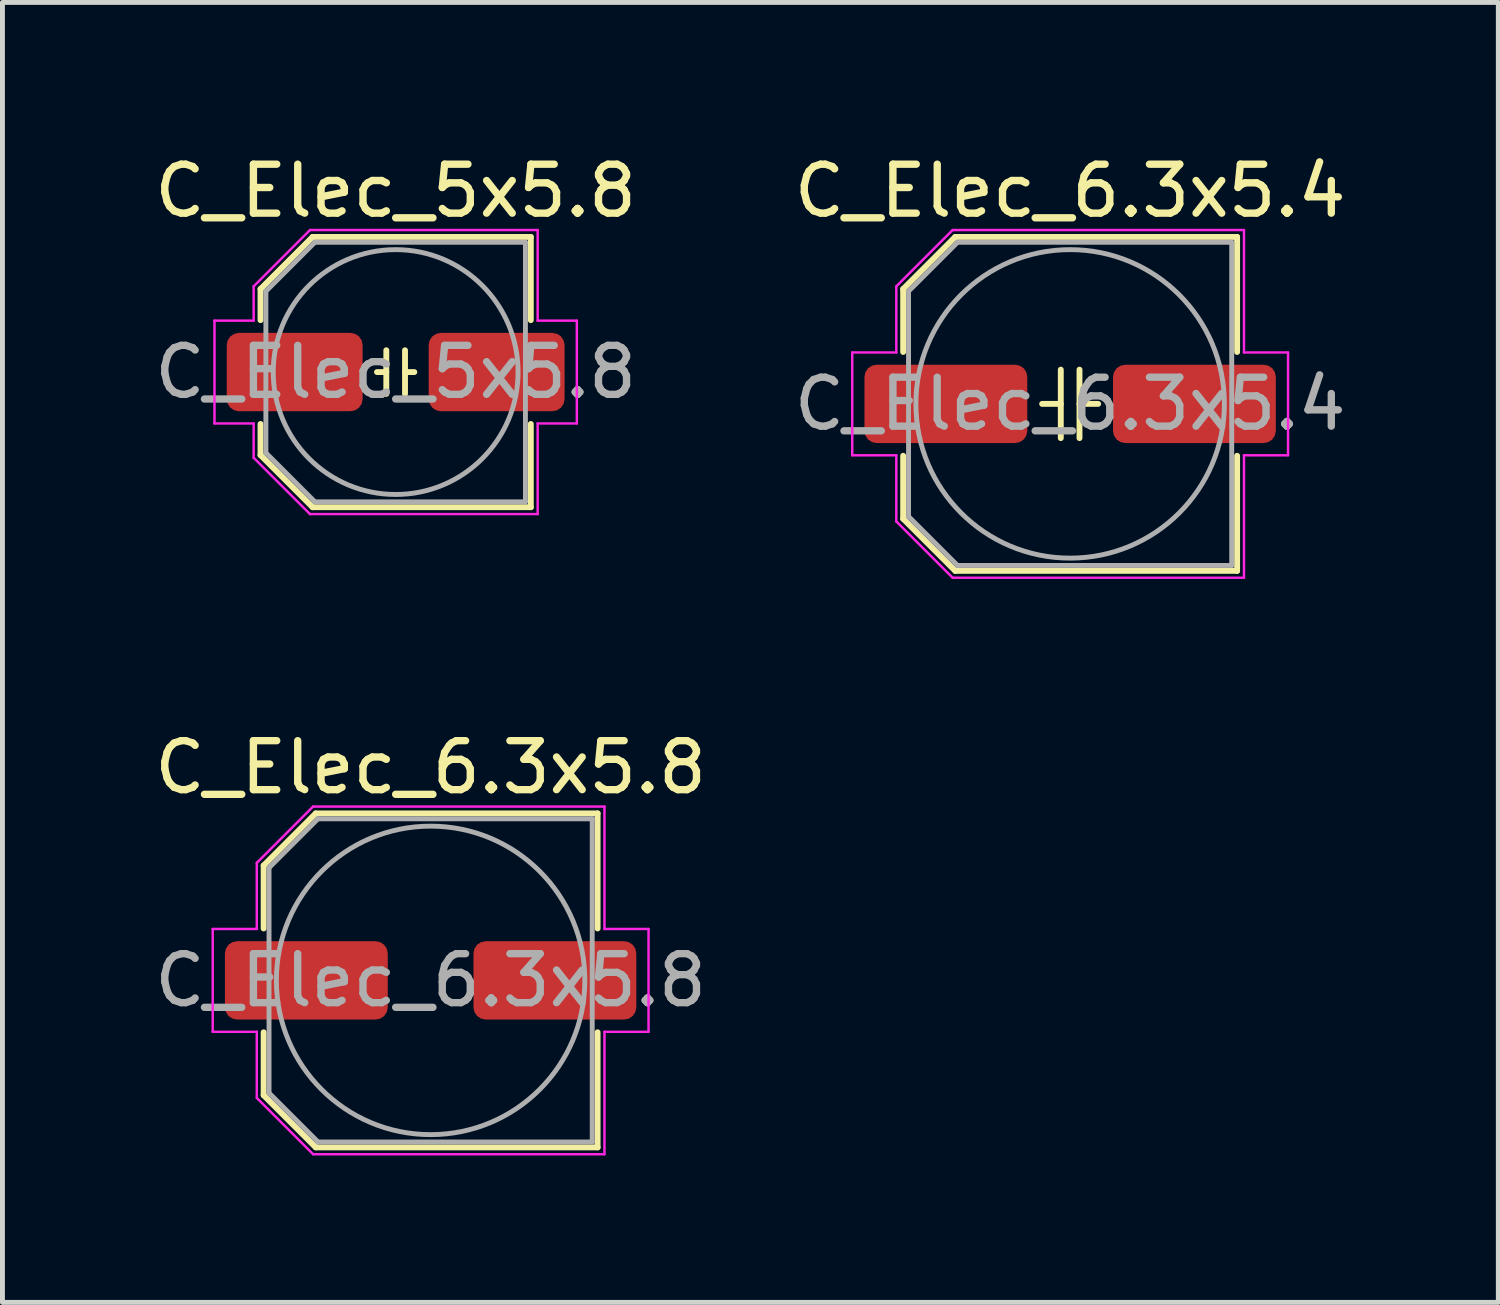
<source format=kicad_pcb>
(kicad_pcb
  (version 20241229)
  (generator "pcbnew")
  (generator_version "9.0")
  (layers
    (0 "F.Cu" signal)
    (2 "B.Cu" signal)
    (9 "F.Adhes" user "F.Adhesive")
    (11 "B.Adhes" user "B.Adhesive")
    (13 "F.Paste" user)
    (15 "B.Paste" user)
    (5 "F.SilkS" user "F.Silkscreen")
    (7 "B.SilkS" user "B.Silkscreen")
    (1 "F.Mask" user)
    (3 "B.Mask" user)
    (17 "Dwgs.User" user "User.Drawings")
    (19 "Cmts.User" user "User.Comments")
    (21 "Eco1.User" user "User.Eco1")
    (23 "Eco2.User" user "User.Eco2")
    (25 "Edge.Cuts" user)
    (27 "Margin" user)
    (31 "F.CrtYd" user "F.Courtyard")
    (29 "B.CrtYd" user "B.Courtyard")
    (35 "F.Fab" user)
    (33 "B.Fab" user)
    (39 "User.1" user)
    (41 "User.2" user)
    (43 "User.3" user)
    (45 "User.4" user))
  (footprint "C_Elec_6.3x5.4"
    (layer "F.Cu")
    (at 18.804 5.198)
    (property "Reference" "C_Elec_6.3x5.4" (at 0 -4.35 0) (layer "F.SilkS") (effects (font (size 1 1) (thickness 0.15))))
    (attr smd)
    (fp_line (start -3.41 -2.346) (end -3.41 -1.06) (stroke (width 0.12) (type solid)) (layer "F.SilkS"))
    (fp_line (start -3.41 -2.346) (end -2.346 -3.41) (stroke (width 0.12) (type solid)) (layer "F.SilkS"))
    (fp_line (start -3.41 2.346) (end -3.41 1.06) (stroke (width 0.12) (type solid)) (layer "F.SilkS"))
    (fp_line (start -3.41 2.346) (end -2.346 3.41) (stroke (width 0.12) (type solid)) (layer "F.SilkS"))
    (fp_line (start -2.346 -3.41) (end 3.41 -3.41) (stroke (width 0.12) (type solid)) (layer "F.SilkS"))
    (fp_line (start -2.346 3.41) (end 3.41 3.41) (stroke (width 0.12) (type solid)) (layer "F.SilkS"))
    (fp_line (start -0.191 -0.699) (end -0.191 0.699) (stroke (width 0.12) (type solid)) (layer "F.SilkS"))
    (fp_line (start -0.191 0) (end -0.572 0) (stroke (width 0.12) (type solid)) (layer "F.SilkS"))
    (fp_line (start 0.191 -0.699) (end 0.191 0.699) (stroke (width 0.12) (type solid)) (layer "F.SilkS"))
    (fp_line (start 0.191 0) (end 0.572 0) (stroke (width 0.12) (type solid)) (layer "F.SilkS"))
    (fp_line (start 3.41 -3.41) (end 3.41 -1.06) (stroke (width 0.12) (type solid)) (layer "F.SilkS"))
    (fp_line (start 3.41 3.41) (end 3.41 1.06) (stroke (width 0.12) (type solid)) (layer "F.SilkS"))
    (fp_line (start -4.45 -1.05) (end -4.45 1.05) (stroke (width 0.05) (type solid)) (layer "F.CrtYd"))
    (fp_line (start -4.45 1.05) (end -3.55 1.05) (stroke (width 0.05) (type solid)) (layer "F.CrtYd"))
    (fp_line (start -3.55 -2.4) (end -3.55 -1.05) (stroke (width 0.05) (type solid)) (layer "F.CrtYd"))
    (fp_line (start -3.55 -2.4) (end -2.4 -3.55) (stroke (width 0.05) (type solid)) (layer "F.CrtYd"))
    (fp_line (start -3.55 -1.05) (end -4.45 -1.05) (stroke (width 0.05) (type solid)) (layer "F.CrtYd"))
    (fp_line (start -3.55 1.05) (end -3.55 2.4) (stroke (width 0.05) (type solid)) (layer "F.CrtYd"))
    (fp_line (start -3.55 2.4) (end -2.4 3.55) (stroke (width 0.05) (type solid)) (layer "F.CrtYd"))
    (fp_line (start -2.4 -3.55) (end 3.55 -3.55) (stroke (width 0.05) (type solid)) (layer "F.CrtYd"))
    (fp_line (start -2.4 3.55) (end 3.55 3.55) (stroke (width 0.05) (type solid)) (layer "F.CrtYd"))
    (fp_line (start 3.55 -3.55) (end 3.55 -1.05) (stroke (width 0.05) (type solid)) (layer "F.CrtYd"))
    (fp_line (start 3.55 -1.05) (end 4.45 -1.05) (stroke (width 0.05) (type solid)) (layer "F.CrtYd"))
    (fp_line (start 3.55 1.05) (end 3.55 3.55) (stroke (width 0.05) (type solid)) (layer "F.CrtYd"))
    (fp_line (start 4.45 -1.05) (end 4.45 1.05) (stroke (width 0.05) (type solid)) (layer "F.CrtYd"))
    (fp_line (start 4.45 1.05) (end 3.55 1.05) (stroke (width 0.05) (type solid)) (layer "F.CrtYd"))
    (fp_line (start -3.3 -2.3) (end -3.3 2.3) (stroke (width 0.1) (type solid)) (layer "F.Fab"))
    (fp_line (start -3.3 -2.3) (end -2.3 -3.3) (stroke (width 0.1) (type solid)) (layer "F.Fab"))
    (fp_line (start -3.3 2.3) (end -2.3 3.3) (stroke (width 0.1) (type solid)) (layer "F.Fab"))
    (fp_line (start -2.3 -3.3) (end 3.3 -3.3) (stroke (width 0.1) (type solid)) (layer "F.Fab"))
    (fp_line (start -2.3 3.3) (end 3.3 3.3) (stroke (width 0.1) (type solid)) (layer "F.Fab"))
    (fp_line (start 3.3 -3.3) (end 3.3 3.3) (stroke (width 0.1) (type solid)) (layer "F.Fab"))
    (fp_circle (center 0 0) (end 3.15 0) (stroke (width 0.1) (type solid)) (fill no) (layer "F.Fab"))
    (fp_text user "${REFERENCE}" (at 0 0 0) (layer "F.Fab") (effects (font (size 1 1) (thickness 0.15))))
    (pad "1" smd roundrect (at -2.538 0) (size 3.325 1.6) (layers "F.Cu" "F.Mask" "F.Paste") (roundrect_rratio 0.156))
    (pad "2" smd roundrect (at 2.538 0) (size 3.325 1.6) (layers "F.Cu" "F.Mask" "F.Paste") (roundrect_rratio 0.156)))
  (footprint "C_Elec_6.3x5.8"
    (layer "F.Cu")
    (at 5.744 16.971)
    (property "Reference" "C_Elec_6.3x5.8" (at 0 -4.35 0) (layer "F.SilkS") (effects (font (size 1 1) (thickness 0.15))))
    (attr smd)
    (fp_line (start -3.41 -2.346) (end -3.41 -1.06) (stroke (width 0.12) (type solid)) (layer "F.SilkS"))
    (fp_line (start -3.41 -2.346) (end -2.346 -3.41) (stroke (width 0.12) (type solid)) (layer "F.SilkS"))
    (fp_line (start -3.41 2.346) (end -3.41 1.06) (stroke (width 0.12) (type solid)) (layer "F.SilkS"))
    (fp_line (start -3.41 2.346) (end -2.346 3.41) (stroke (width 0.12) (type solid)) (layer "F.SilkS"))
    (fp_line (start -2.346 -3.41) (end 3.41 -3.41) (stroke (width 0.12) (type solid)) (layer "F.SilkS"))
    (fp_line (start -2.346 3.41) (end 3.41 3.41) (stroke (width 0.12) (type solid)) (layer "F.SilkS"))
    (fp_line (start 3.41 -3.41) (end 3.41 -1.06) (stroke (width 0.12) (type solid)) (layer "F.SilkS"))
    (fp_line (start 3.41 3.41) (end 3.41 1.06) (stroke (width 0.12) (type solid)) (layer "F.SilkS"))
    (fp_line (start -4.45 -1.05) (end -4.45 1.05) (stroke (width 0.05) (type solid)) (layer "F.CrtYd"))
    (fp_line (start -4.45 1.05) (end -3.55 1.05) (stroke (width 0.05) (type solid)) (layer "F.CrtYd"))
    (fp_line (start -3.55 -2.4) (end -3.55 -1.05) (stroke (width 0.05) (type solid)) (layer "F.CrtYd"))
    (fp_line (start -3.55 -2.4) (end -2.4 -3.55) (stroke (width 0.05) (type solid)) (layer "F.CrtYd"))
    (fp_line (start -3.55 -1.05) (end -4.45 -1.05) (stroke (width 0.05) (type solid)) (layer "F.CrtYd"))
    (fp_line (start -3.55 1.05) (end -3.55 2.4) (stroke (width 0.05) (type solid)) (layer "F.CrtYd"))
    (fp_line (start -3.55 2.4) (end -2.4 3.55) (stroke (width 0.05) (type solid)) (layer "F.CrtYd"))
    (fp_line (start -2.4 -3.55) (end 3.55 -3.55) (stroke (width 0.05) (type solid)) (layer "F.CrtYd"))
    (fp_line (start -2.4 3.55) (end 3.55 3.55) (stroke (width 0.05) (type solid)) (layer "F.CrtYd"))
    (fp_line (start 3.55 -3.55) (end 3.55 -1.05) (stroke (width 0.05) (type solid)) (layer "F.CrtYd"))
    (fp_line (start 3.55 -1.05) (end 4.45 -1.05) (stroke (width 0.05) (type solid)) (layer "F.CrtYd"))
    (fp_line (start 3.55 1.05) (end 3.55 3.55) (stroke (width 0.05) (type solid)) (layer "F.CrtYd"))
    (fp_line (start 4.45 -1.05) (end 4.45 1.05) (stroke (width 0.05) (type solid)) (layer "F.CrtYd"))
    (fp_line (start 4.45 1.05) (end 3.55 1.05) (stroke (width 0.05) (type solid)) (layer "F.CrtYd"))
    (fp_line (start -3.3 -2.3) (end -3.3 2.3) (stroke (width 0.1) (type solid)) (layer "F.Fab"))
    (fp_line (start -3.3 -2.3) (end -2.3 -3.3) (stroke (width 0.1) (type solid)) (layer "F.Fab"))
    (fp_line (start -3.3 2.3) (end -2.3 3.3) (stroke (width 0.1) (type solid)) (layer "F.Fab"))
    (fp_line (start -2.3 -3.3) (end 3.3 -3.3) (stroke (width 0.1) (type solid)) (layer "F.Fab"))
    (fp_line (start -2.3 3.3) (end 3.3 3.3) (stroke (width 0.1) (type solid)) (layer "F.Fab"))
    (fp_line (start 3.3 -3.3) (end 3.3 3.3) (stroke (width 0.1) (type solid)) (layer "F.Fab"))
    (fp_circle (center 0 0) (end 3.15 0) (stroke (width 0.1) (type solid)) (fill no) (layer "F.Fab"))
    (fp_text user "${REFERENCE}" (at 0 0 0) (layer "F.Fab") (effects (font (size 1 1) (thickness 0.15))))
    (pad "1" smd roundrect (at -2.538 0) (size 3.325 1.6) (layers "F.Cu" "F.Mask" "F.Paste") (roundrect_rratio 0.156))
    (pad "2" smd roundrect (at 2.538 0) (size 3.325 1.6) (layers "F.Cu" "F.Mask" "F.Paste") (roundrect_rratio 0.156)))
  (footprint "C_Elec_5x5.8"
    (layer "F.Cu")
    (at 5.03 4.548)
    (property "Reference" "C_Elec_5x5.8" (at 0 -3.7 0) (layer "F.SilkS") (effects (font (size 1 1) (thickness 0.15))))
    (attr smd)
    (fp_line (start -2.76 -1.696) (end -2.76 -1.06) (stroke (width 0.12) (type solid)) (layer "F.SilkS"))
    (fp_line (start -2.76 -1.696) (end -1.696 -2.76) (stroke (width 0.12) (type solid)) (layer "F.SilkS"))
    (fp_line (start -2.76 1.696) (end -2.76 1.06) (stroke (width 0.12) (type solid)) (layer "F.SilkS"))
    (fp_line (start -2.76 1.696) (end -1.696 2.76) (stroke (width 0.12) (type solid)) (layer "F.SilkS"))
    (fp_line (start -1.696 -2.76) (end 2.76 -2.76) (stroke (width 0.12) (type solid)) (layer "F.SilkS"))
    (fp_line (start -1.696 2.76) (end 2.76 2.76) (stroke (width 0.12) (type solid)) (layer "F.SilkS"))
    (fp_line (start -0.191 -0.445) (end -0.191 0.445) (stroke (width 0.12) (type solid)) (layer "F.SilkS"))
    (fp_line (start -0.191 0) (end -0.381 0) (stroke (width 0.12) (type solid)) (layer "F.SilkS"))
    (fp_line (start 0.191 -0.445) (end 0.191 0.445) (stroke (width 0.12) (type solid)) (layer "F.SilkS"))
    (fp_line (start 0.191 0) (end 0.381 0) (stroke (width 0.12) (type solid)) (layer "F.SilkS"))
    (fp_line (start 2.76 -2.76) (end 2.76 -1.06) (stroke (width 0.12) (type solid)) (layer "F.SilkS"))
    (fp_line (start 2.76 2.76) (end 2.76 1.06) (stroke (width 0.12) (type solid)) (layer "F.SilkS"))
    (fp_line (start -3.7 -1.05) (end -3.7 1.05) (stroke (width 0.05) (type solid)) (layer "F.CrtYd"))
    (fp_line (start -3.7 1.05) (end -2.9 1.05) (stroke (width 0.05) (type solid)) (layer "F.CrtYd"))
    (fp_line (start -2.9 -1.75) (end -2.9 -1.05) (stroke (width 0.05) (type solid)) (layer "F.CrtYd"))
    (fp_line (start -2.9 -1.75) (end -1.75 -2.9) (stroke (width 0.05) (type solid)) (layer "F.CrtYd"))
    (fp_line (start -2.9 -1.05) (end -3.7 -1.05) (stroke (width 0.05) (type solid)) (layer "F.CrtYd"))
    (fp_line (start -2.9 1.05) (end -2.9 1.75) (stroke (width 0.05) (type solid)) (layer "F.CrtYd"))
    (fp_line (start -2.9 1.75) (end -1.75 2.9) (stroke (width 0.05) (type solid)) (layer "F.CrtYd"))
    (fp_line (start -1.75 -2.9) (end 2.9 -2.9) (stroke (width 0.05) (type solid)) (layer "F.CrtYd"))
    (fp_line (start -1.75 2.9) (end 2.9 2.9) (stroke (width 0.05) (type solid)) (layer "F.CrtYd"))
    (fp_line (start 2.9 -2.9) (end 2.9 -1.05) (stroke (width 0.05) (type solid)) (layer "F.CrtYd"))
    (fp_line (start 2.9 -1.05) (end 3.7 -1.05) (stroke (width 0.05) (type solid)) (layer "F.CrtYd"))
    (fp_line (start 2.9 1.05) (end 2.9 2.9) (stroke (width 0.05) (type solid)) (layer "F.CrtYd"))
    (fp_line (start 3.7 -1.05) (end 3.7 1.05) (stroke (width 0.05) (type solid)) (layer "F.CrtYd"))
    (fp_line (start 3.7 1.05) (end 2.9 1.05) (stroke (width 0.05) (type solid)) (layer "F.CrtYd"))
    (fp_line (start -2.65 -1.65) (end -2.65 1.65) (stroke (width 0.1) (type solid)) (layer "F.Fab"))
    (fp_line (start -2.65 -1.65) (end -1.65 -2.65) (stroke (width 0.1) (type solid)) (layer "F.Fab"))
    (fp_line (start -2.65 1.65) (end -1.65 2.65) (stroke (width 0.1) (type solid)) (layer "F.Fab"))
    (fp_line (start -1.65 -2.65) (end 2.65 -2.65) (stroke (width 0.1) (type solid)) (layer "F.Fab"))
    (fp_line (start -1.65 2.65) (end 2.65 2.65) (stroke (width 0.1) (type solid)) (layer "F.Fab"))
    (fp_line (start 2.65 -2.65) (end 2.65 2.65) (stroke (width 0.1) (type solid)) (layer "F.Fab"))
    (fp_circle (center 0 0) (end 2.5 0) (stroke (width 0.1) (type solid)) (fill no) (layer "F.Fab"))
    (fp_text user "${REFERENCE}" (at 0 0 0) (layer "F.Fab") (effects (font (size 1 1) (thickness 0.15))))
    (pad "1" smd roundrect (at -2.062 0) (size 2.775 1.6) (layers "F.Cu" "F.Mask" "F.Paste") (roundrect_rratio 0.156))
    (pad "2" smd roundrect (at 2.062 0) (size 2.775 1.6) (layers "F.Cu" "F.Mask" "F.Paste") (roundrect_rratio 0.156)))
  (gr_rect
    (start -3 -3)
    (end 27.548 23.547)
    (stroke (width 0.1) (type default))
    (fill no)
    (layer "Edge.Cuts")))
</source>
